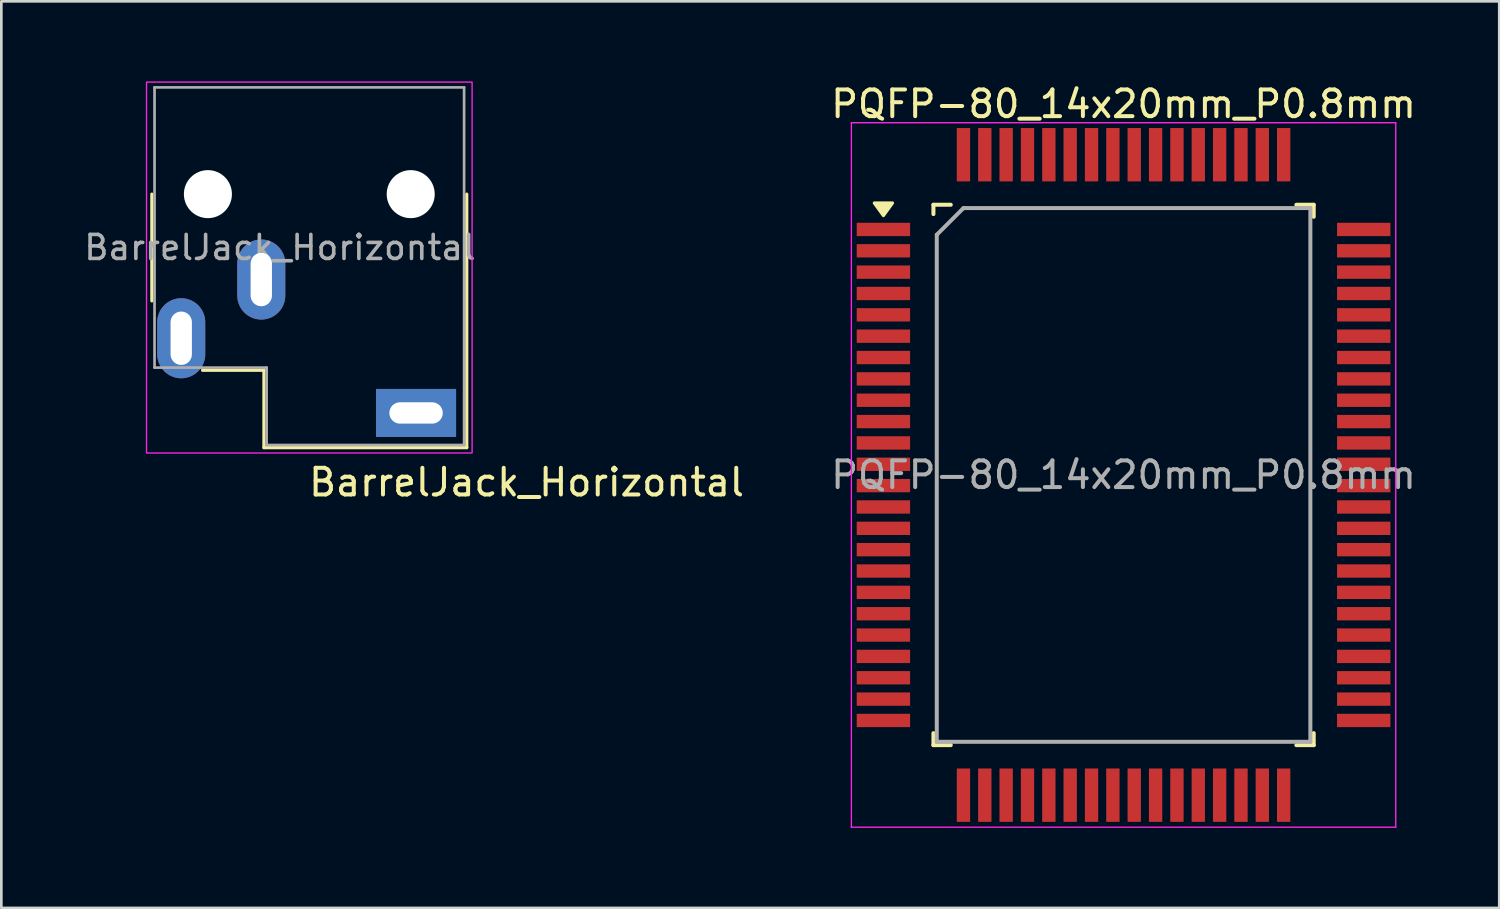
<source format=kicad_pcb>
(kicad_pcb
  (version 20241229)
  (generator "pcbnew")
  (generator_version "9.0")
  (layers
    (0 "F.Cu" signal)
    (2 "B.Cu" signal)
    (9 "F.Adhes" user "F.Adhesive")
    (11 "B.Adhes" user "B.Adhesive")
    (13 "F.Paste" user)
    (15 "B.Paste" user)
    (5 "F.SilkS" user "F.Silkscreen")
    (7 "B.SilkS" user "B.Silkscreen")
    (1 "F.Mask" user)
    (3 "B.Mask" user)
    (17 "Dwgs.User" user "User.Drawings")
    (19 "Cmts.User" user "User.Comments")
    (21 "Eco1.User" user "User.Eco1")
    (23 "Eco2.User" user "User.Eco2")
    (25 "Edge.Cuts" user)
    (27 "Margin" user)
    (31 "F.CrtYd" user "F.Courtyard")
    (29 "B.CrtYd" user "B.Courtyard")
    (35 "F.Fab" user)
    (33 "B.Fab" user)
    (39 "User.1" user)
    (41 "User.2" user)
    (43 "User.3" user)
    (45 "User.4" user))
  (footprint "BarrelJack_Horizontal"
    (layer "F.Cu")
    (at 6.741 4.225)
    (property "Reference" "BarrelJack_Horizontal" (at 1.7 10.8 180) (layer "F.SilkS") (effects (font (size 1 1) (thickness 0.15)) (justify left)))
    (attr through_hole)
    (fp_line (start -4.1 0) (end -4.1 4) (stroke (width 0.12) (type default)) (layer "F.SilkS"))
    (fp_line (start -2.2 6.6) (end 0.1 6.6) (stroke (width 0.12) (type default)) (layer "F.SilkS"))
    (fp_line (start 0.1 6.6) (end 0.1 9.5) (stroke (width 0.12) (type default)) (layer "F.SilkS"))
    (fp_line (start 0.1 9.5) (end 7.7 9.5) (stroke (width 0.12) (type default)) (layer "F.SilkS"))
    (fp_line (start 7.7 0) (end 7.7 9.5) (stroke (width 0.12) (type default)) (layer "F.SilkS"))
    (fp_rect (start -4.3 -4.2) (end 7.9 9.7) (stroke (width 0.05) (type default)) (fill no) (layer "F.CrtYd"))
    (fp_line (start -4 -4) (end 7.6 -4) (stroke (width 0.1) (type default)) (layer "F.Fab"))
    (fp_line (start -4 6.5) (end -4 -4) (stroke (width 0.1) (type default)) (layer "F.Fab"))
    (fp_line (start -4 6.5) (end 0.2 6.5) (stroke (width 0.1) (type default)) (layer "F.Fab"))
    (fp_line (start 0.2 6.5) (end 0.2 9.4) (stroke (width 0.1) (type default)) (layer "F.Fab"))
    (fp_line (start 7.6 -4) (end 7.6 9.4) (stroke (width 0.1) (type default)) (layer "F.Fab"))
    (fp_line (start 7.6 9.4) (end 0.2 9.4) (stroke (width 0.1) (type default)) (layer "F.Fab"))
    (fp_text user "${REFERENCE}" (at 0.7 2 180) (layer "F.Fab") (effects (font (size 0.9 0.9) (thickness 0.135))))
    (pad "" np_thru_hole circle (at -2 0) (size 1.8 1.8) (drill 1.8) (layers "*.Cu" "*.Mask"))
    (pad "" np_thru_hole circle (at 5.6 0) (size 1.8 1.8) (drill 1.8) (layers "*.Cu" "*.Mask"))
    (pad "1" thru_hole rect (at 5.8 8.2 90) (size 1.8 3) (drill oval 0.8 2) (layers "*.Cu" "*.Mask"))
    (pad "2" thru_hole oval (at 0 3.2) (size 1.8 3) (drill oval 0.8 2) (layers "*.Cu" "*.Mask"))
    (pad "3" thru_hole oval (at -3 5.4) (size 1.8 3) (drill oval 0.8 2) (layers "*.Cu" "*.Mask")))
  (footprint "PQFP-80_14x20mm_P0.8mm"
    (layer "F.Cu")
    (at 39.054 14.748)
    (property "Reference" "PQFP-80_14x20mm_P0.8mm" (at 0 -13.9 0) (layer "F.SilkS") (effects (font (size 1 1) (thickness 0.15))))
    (attr smd)
    (fp_line (start -7.125 -10.125) (end -7.125 -9.775) (stroke (width 0.15) (type solid)) (layer "F.SilkS"))
    (fp_line (start -7.125 -10.125) (end -6.475 -10.125) (stroke (width 0.15) (type solid)) (layer "F.SilkS"))
    (fp_line (start -7.125 10.125) (end -7.125 9.675) (stroke (width 0.15) (type solid)) (layer "F.SilkS"))
    (fp_line (start -7.125 10.125) (end -6.475 10.125) (stroke (width 0.15) (type solid)) (layer "F.SilkS"))
    (fp_line (start 7.125 -10.125) (end 6.475 -10.125) (stroke (width 0.15) (type solid)) (layer "F.SilkS"))
    (fp_line (start 7.125 -10.125) (end 7.125 -9.675) (stroke (width 0.15) (type solid)) (layer "F.SilkS"))
    (fp_line (start 7.125 10.125) (end 6.475 10.125) (stroke (width 0.15) (type solid)) (layer "F.SilkS"))
    (fp_line (start 7.125 10.125) (end 7.125 9.675) (stroke (width 0.15) (type solid)) (layer "F.SilkS"))
    (fp_poly (pts (xy -9 -9.72) (xy -9.34 -10.19) (xy -8.66 -10.19) (xy -9 -9.72)) (stroke (width 0.12) (type solid)) (fill yes) (layer "F.SilkS"))
    (fp_line (start -10.2 -13.2) (end -10.2 13.2) (stroke (width 0.05) (type solid)) (layer "F.CrtYd"))
    (fp_line (start -10.2 -13.2) (end 10.2 -13.2) (stroke (width 0.05) (type solid)) (layer "F.CrtYd"))
    (fp_line (start -10.2 13.2) (end 10.2 13.2) (stroke (width 0.05) (type solid)) (layer "F.CrtYd"))
    (fp_line (start 10.2 -13.2) (end 10.2 13.2) (stroke (width 0.05) (type solid)) (layer "F.CrtYd"))
    (fp_line (start -7 -9) (end -6 -10) (stroke (width 0.15) (type solid)) (layer "F.Fab"))
    (fp_line (start -7 10) (end -7 -9) (stroke (width 0.15) (type solid)) (layer "F.Fab"))
    (fp_line (start -6 -10) (end 7 -10) (stroke (width 0.15) (type solid)) (layer "F.Fab"))
    (fp_line (start 7 -10) (end 7 10) (stroke (width 0.15) (type solid)) (layer "F.Fab"))
    (fp_line (start 7 10) (end -7 10) (stroke (width 0.15) (type solid)) (layer "F.Fab"))
    (fp_text user "${REFERENCE}" (at 0 0 0) (layer "F.Fab") (effects (font (size 1 1) (thickness 0.15))))
    (pad "1" smd rect (at -9 -9.2) (size 2 0.5) (layers "F.Cu" "F.Mask" "F.Paste"))
    (pad "2" smd rect (at -9 -8.4) (size 2 0.5) (layers "F.Cu" "F.Mask" "F.Paste"))
    (pad "3" smd rect (at -9 -7.6) (size 2 0.5) (layers "F.Cu" "F.Mask" "F.Paste"))
    (pad "4" smd rect (at -9 -6.8) (size 2 0.5) (layers "F.Cu" "F.Mask" "F.Paste"))
    (pad "5" smd rect (at -9 -6) (size 2 0.5) (layers "F.Cu" "F.Mask" "F.Paste"))
    (pad "6" smd rect (at -9 -5.2) (size 2 0.5) (layers "F.Cu" "F.Mask" "F.Paste"))
    (pad "7" smd rect (at -9 -4.4) (size 2 0.5) (layers "F.Cu" "F.Mask" "F.Paste"))
    (pad "8" smd rect (at -9 -3.6) (size 2 0.5) (layers "F.Cu" "F.Mask" "F.Paste"))
    (pad "9" smd rect (at -9 -2.8) (size 2 0.5) (layers "F.Cu" "F.Mask" "F.Paste"))
    (pad "10" smd rect (at -9 -2) (size 2 0.5) (layers "F.Cu" "F.Mask" "F.Paste"))
    (pad "11" smd rect (at -9 -1.2) (size 2 0.5) (layers "F.Cu" "F.Mask" "F.Paste"))
    (pad "12" smd rect (at -9 -0.4) (size 2 0.5) (layers "F.Cu" "F.Mask" "F.Paste"))
    (pad "13" smd rect (at -9 0.4) (size 2 0.5) (layers "F.Cu" "F.Mask" "F.Paste"))
    (pad "14" smd rect (at -9 1.2) (size 2 0.5) (layers "F.Cu" "F.Mask" "F.Paste"))
    (pad "15" smd rect (at -9 2) (size 2 0.5) (layers "F.Cu" "F.Mask" "F.Paste"))
    (pad "16" smd rect (at -9 2.8) (size 2 0.5) (layers "F.Cu" "F.Mask" "F.Paste"))
    (pad "17" smd rect (at -9 3.6) (size 2 0.5) (layers "F.Cu" "F.Mask" "F.Paste"))
    (pad "18" smd rect (at -9 4.4) (size 2 0.5) (layers "F.Cu" "F.Mask" "F.Paste"))
    (pad "19" smd rect (at -9 5.2) (size 2 0.5) (layers "F.Cu" "F.Mask" "F.Paste"))
    (pad "20" smd rect (at -9 6) (size 2 0.5) (layers "F.Cu" "F.Mask" "F.Paste"))
    (pad "21" smd rect (at -9 6.8) (size 2 0.5) (layers "F.Cu" "F.Mask" "F.Paste"))
    (pad "22" smd rect (at -9 7.6) (size 2 0.5) (layers "F.Cu" "F.Mask" "F.Paste"))
    (pad "23" smd rect (at -9 8.4) (size 2 0.5) (layers "F.Cu" "F.Mask" "F.Paste"))
    (pad "24" smd rect (at -9 9.2) (size 2 0.5) (layers "F.Cu" "F.Mask" "F.Paste"))
    (pad "25" smd rect (at -6 12 90) (size 2 0.5) (layers "F.Cu" "F.Mask" "F.Paste"))
    (pad "26" smd rect (at -5.2 12 90) (size 2 0.5) (layers "F.Cu" "F.Mask" "F.Paste"))
    (pad "27" smd rect (at -4.4 12 90) (size 2 0.5) (layers "F.Cu" "F.Mask" "F.Paste"))
    (pad "28" smd rect (at -3.6 12 90) (size 2 0.5) (layers "F.Cu" "F.Mask" "F.Paste"))
    (pad "29" smd rect (at -2.8 12 90) (size 2 0.5) (layers "F.Cu" "F.Mask" "F.Paste"))
    (pad "30" smd rect (at -2 12 90) (size 2 0.5) (layers "F.Cu" "F.Mask" "F.Paste"))
    (pad "31" smd rect (at -1.2 12 90) (size 2 0.5) (layers "F.Cu" "F.Mask" "F.Paste"))
    (pad "32" smd rect (at -0.4 12 90) (size 2 0.5) (layers "F.Cu" "F.Mask" "F.Paste"))
    (pad "33" smd rect (at 0.4 12 90) (size 2 0.5) (layers "F.Cu" "F.Mask" "F.Paste"))
    (pad "34" smd rect (at 1.2 12 90) (size 2 0.5) (layers "F.Cu" "F.Mask" "F.Paste"))
    (pad "35" smd rect (at 2 12 90) (size 2 0.5) (layers "F.Cu" "F.Mask" "F.Paste"))
    (pad "36" smd rect (at 2.8 12 90) (size 2 0.5) (layers "F.Cu" "F.Mask" "F.Paste"))
    (pad "37" smd rect (at 3.6 12 90) (size 2 0.5) (layers "F.Cu" "F.Mask" "F.Paste"))
    (pad "38" smd rect (at 4.4 12 90) (size 2 0.5) (layers "F.Cu" "F.Mask" "F.Paste"))
    (pad "39" smd rect (at 5.2 12 90) (size 2 0.5) (layers "F.Cu" "F.Mask" "F.Paste"))
    (pad "40" smd rect (at 6 12 90) (size 2 0.5) (layers "F.Cu" "F.Mask" "F.Paste"))
    (pad "41" smd rect (at 9 9.2) (size 2 0.5) (layers "F.Cu" "F.Mask" "F.Paste"))
    (pad "42" smd rect (at 9 8.4) (size 2 0.5) (layers "F.Cu" "F.Mask" "F.Paste"))
    (pad "43" smd rect (at 9 7.6) (size 2 0.5) (layers "F.Cu" "F.Mask" "F.Paste"))
    (pad "44" smd rect (at 9 6.8) (size 2 0.5) (layers "F.Cu" "F.Mask" "F.Paste"))
    (pad "45" smd rect (at 9 6) (size 2 0.5) (layers "F.Cu" "F.Mask" "F.Paste"))
    (pad "46" smd rect (at 9 5.2) (size 2 0.5) (layers "F.Cu" "F.Mask" "F.Paste"))
    (pad "47" smd rect (at 9 4.4) (size 2 0.5) (layers "F.Cu" "F.Mask" "F.Paste"))
    (pad "48" smd rect (at 9 3.6) (size 2 0.5) (layers "F.Cu" "F.Mask" "F.Paste"))
    (pad "49" smd rect (at 9 2.8) (size 2 0.5) (layers "F.Cu" "F.Mask" "F.Paste"))
    (pad "50" smd rect (at 9 2) (size 2 0.5) (layers "F.Cu" "F.Mask" "F.Paste"))
    (pad "51" smd rect (at 9 1.2) (size 2 0.5) (layers "F.Cu" "F.Mask" "F.Paste"))
    (pad "52" smd rect (at 9 0.4) (size 2 0.5) (layers "F.Cu" "F.Mask" "F.Paste"))
    (pad "53" smd rect (at 9 -0.4) (size 2 0.5) (layers "F.Cu" "F.Mask" "F.Paste"))
    (pad "54" smd rect (at 9 -1.2) (size 2 0.5) (layers "F.Cu" "F.Mask" "F.Paste"))
    (pad "55" smd rect (at 9 -2) (size 2 0.5) (layers "F.Cu" "F.Mask" "F.Paste"))
    (pad "56" smd rect (at 9 -2.8) (size 2 0.5) (layers "F.Cu" "F.Mask" "F.Paste"))
    (pad "57" smd rect (at 9 -3.6) (size 2 0.5) (layers "F.Cu" "F.Mask" "F.Paste"))
    (pad "58" smd rect (at 9 -4.4) (size 2 0.5) (layers "F.Cu" "F.Mask" "F.Paste"))
    (pad "59" smd rect (at 9 -5.2) (size 2 0.5) (layers "F.Cu" "F.Mask" "F.Paste"))
    (pad "60" smd rect (at 9 -6) (size 2 0.5) (layers "F.Cu" "F.Mask" "F.Paste"))
    (pad "61" smd rect (at 9 -6.8) (size 2 0.5) (layers "F.Cu" "F.Mask" "F.Paste"))
    (pad "62" smd rect (at 9 -7.6) (size 2 0.5) (layers "F.Cu" "F.Mask" "F.Paste"))
    (pad "63" smd rect (at 9 -8.4) (size 2 0.5) (layers "F.Cu" "F.Mask" "F.Paste"))
    (pad "64" smd rect (at 9 -9.2) (size 2 0.5) (layers "F.Cu" "F.Mask" "F.Paste"))
    (pad "65" smd rect (at 6 -12 90) (size 2 0.5) (layers "F.Cu" "F.Mask" "F.Paste"))
    (pad "66" smd rect (at 5.2 -12 90) (size 2 0.5) (layers "F.Cu" "F.Mask" "F.Paste"))
    (pad "67" smd rect (at 4.4 -12 90) (size 2 0.5) (layers "F.Cu" "F.Mask" "F.Paste"))
    (pad "68" smd rect (at 3.6 -12 90) (size 2 0.5) (layers "F.Cu" "F.Mask" "F.Paste"))
    (pad "69" smd rect (at 2.8 -12 90) (size 2 0.5) (layers "F.Cu" "F.Mask" "F.Paste"))
    (pad "70" smd rect (at 2 -12 90) (size 2 0.5) (layers "F.Cu" "F.Mask" "F.Paste"))
    (pad "71" smd rect (at 1.2 -12 90) (size 2 0.5) (layers "F.Cu" "F.Mask" "F.Paste"))
    (pad "72" smd rect (at 0.4 -12 90) (size 2 0.5) (layers "F.Cu" "F.Mask" "F.Paste"))
    (pad "73" smd rect (at -0.4 -12 90) (size 2 0.5) (layers "F.Cu" "F.Mask" "F.Paste"))
    (pad "74" smd rect (at -1.2 -12 90) (size 2 0.5) (layers "F.Cu" "F.Mask" "F.Paste"))
    (pad "75" smd rect (at -2 -12 90) (size 2 0.5) (layers "F.Cu" "F.Mask" "F.Paste"))
    (pad "76" smd rect (at -2.8 -12 90) (size 2 0.5) (layers "F.Cu" "F.Mask" "F.Paste"))
    (pad "77" smd rect (at -3.6 -12 90) (size 2 0.5) (layers "F.Cu" "F.Mask" "F.Paste"))
    (pad "78" smd rect (at -4.4 -12 90) (size 2 0.5) (layers "F.Cu" "F.Mask" "F.Paste"))
    (pad "79" smd rect (at -5.2 -12 90) (size 2 0.5) (layers "F.Cu" "F.Mask" "F.Paste"))
    (pad "80" smd rect (at -6 -12 90) (size 2 0.5) (layers "F.Cu" "F.Mask" "F.Paste")))
  (gr_rect
    (start -3 -3)
    (end 53.132 30.973)
    (stroke (width 0.1) (type default))
    (fill no)
    (layer "Edge.Cuts")))
</source>
